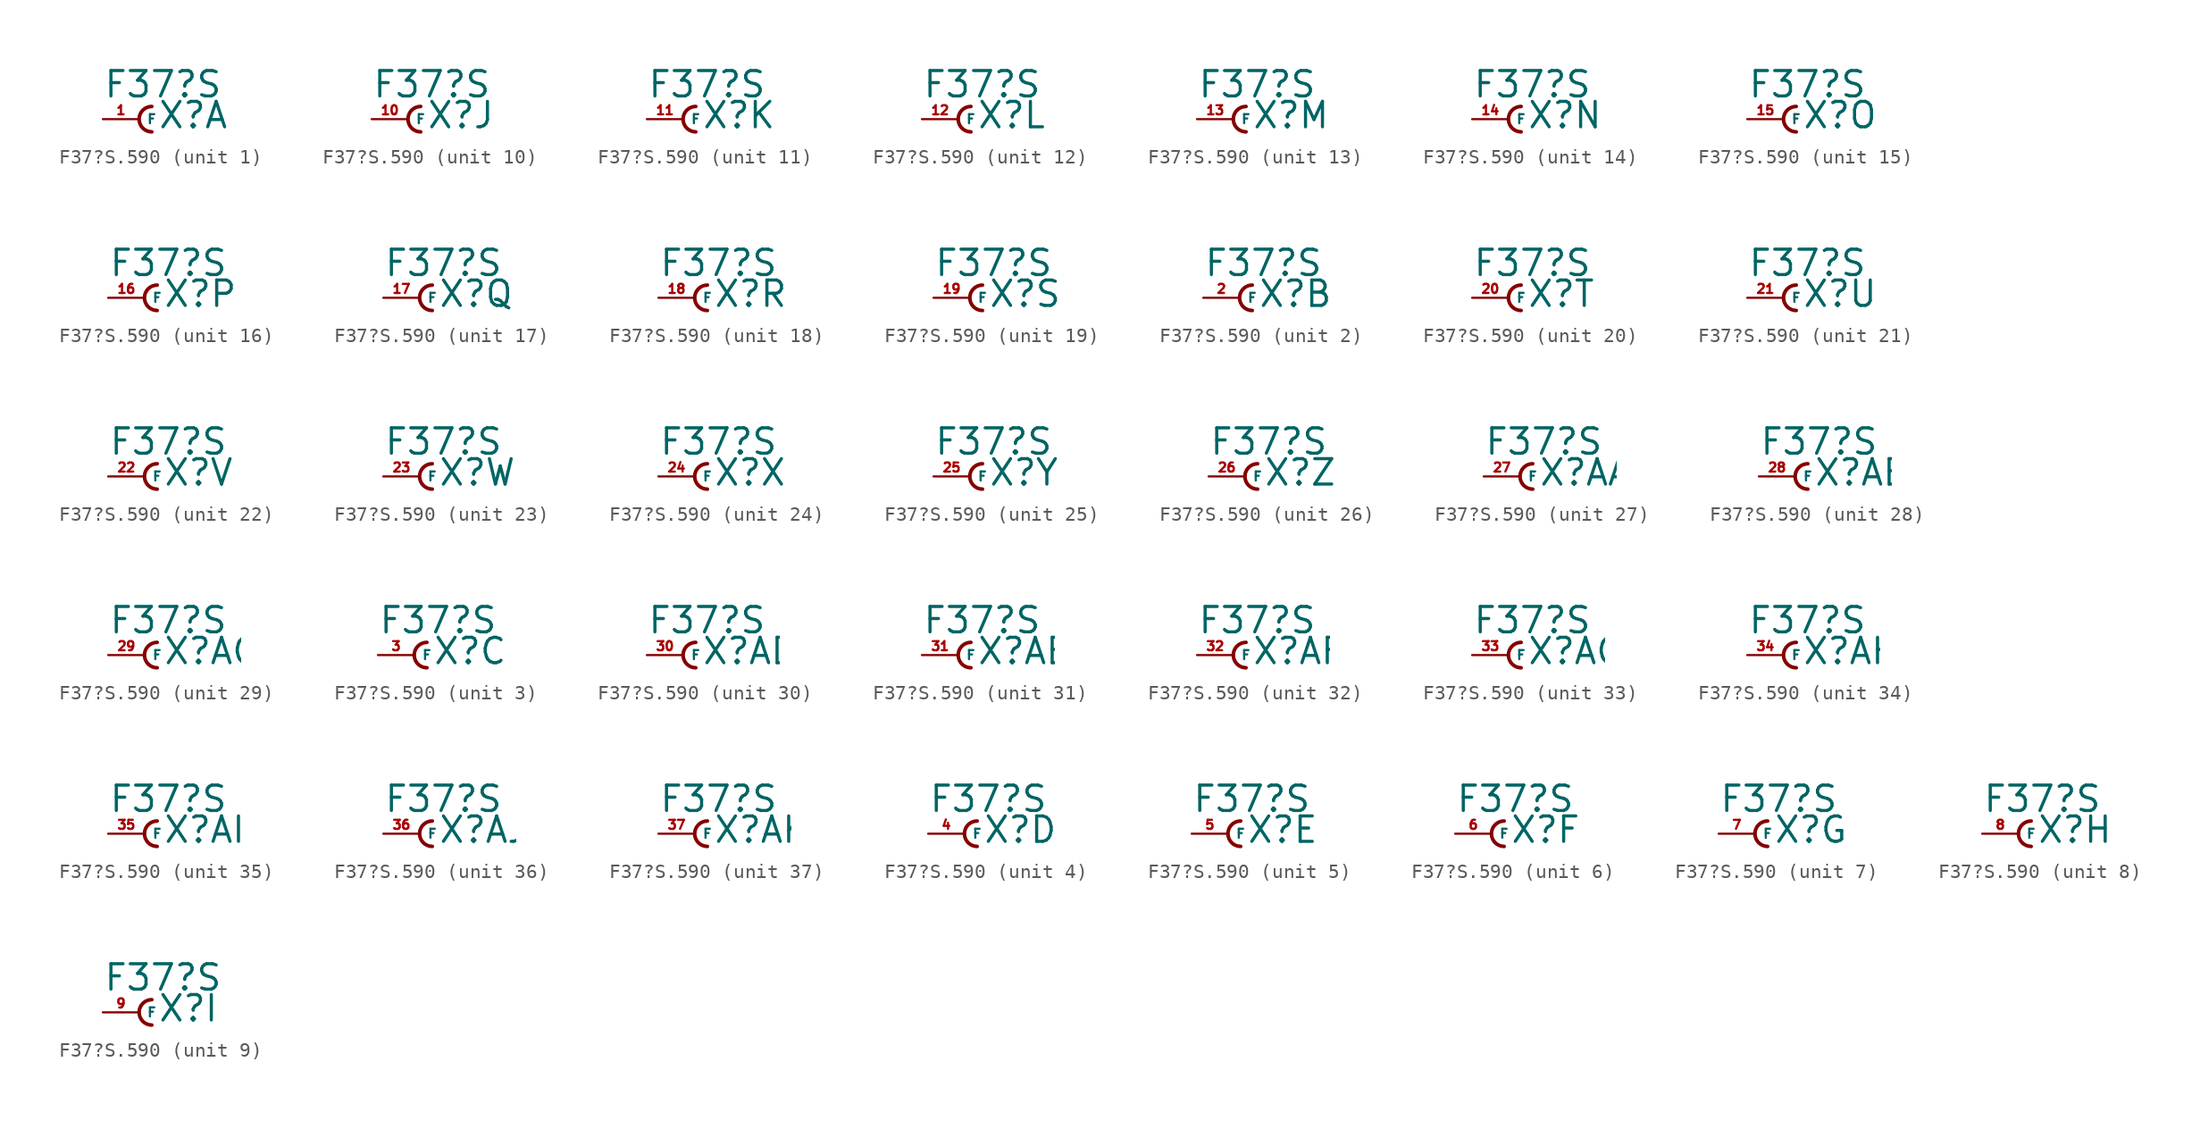
<source format=kicad_sym>
(kicad_symbol_lib
  (version 20220914)
  (generator Eagle2Kicad)
  (symbol "F37?S.590"
    (property "Reference" "X"
      (at 1.27 -0.762 0)
      (effects (font (size 1.778 1.778) (thickness 0.22)) (justify left bottom)))
    (property "Value" "F37?S"
      (at -2.54 1.397 0)
      (effects (font (size 1.778 1.778) (thickness 0.22)) (justify left bottom)))
    (symbol "F37?S.590_1_0"
      (arc (start 0.889 0.889) (mid 0.000 0.000) (end 0.889 -0.889) (stroke (width 0.254) (type default)) (fill (type none)))
      (pin passive line (at -2.54 0 0) (length 2.54) (name "F" (effects (font (size 0.635 0.635) (thickness 0.08)) (justify left bottom))) (number "1" (effects (font (size 0.635 0.635) (thickness 0.08)) (justify left bottom)))))
    (symbol "F37?S.590_2_0"
      (arc (start 0.889 0.889) (mid 0.000 0.000) (end 0.889 -0.889) (stroke (width 0.254) (type default)) (fill (type none)))
      (pin passive line (at -2.54 0 0) (length 2.54) (name "F" (effects (font (size 0.635 0.635) (thickness 0.08)) (justify left bottom))) (number "2" (effects (font (size 0.635 0.635) (thickness 0.08)) (justify left bottom)))))
    (symbol "F37?S.590_3_0"
      (arc (start 0.889 0.889) (mid 0.000 0.000) (end 0.889 -0.889) (stroke (width 0.254) (type default)) (fill (type none)))
      (pin passive line (at -2.54 0 0) (length 2.54) (name "F" (effects (font (size 0.635 0.635) (thickness 0.08)) (justify left bottom))) (number "3" (effects (font (size 0.635 0.635) (thickness 0.08)) (justify left bottom)))))
    (symbol "F37?S.590_4_0"
      (arc (start 0.889 0.889) (mid 0.000 0.000) (end 0.889 -0.889) (stroke (width 0.254) (type default)) (fill (type none)))
      (pin passive line (at -2.54 0 0) (length 2.54) (name "F" (effects (font (size 0.635 0.635) (thickness 0.08)) (justify left bottom))) (number "4" (effects (font (size 0.635 0.635) (thickness 0.08)) (justify left bottom)))))
    (symbol "F37?S.590_5_0"
      (arc (start 0.889 0.889) (mid 0.000 0.000) (end 0.889 -0.889) (stroke (width 0.254) (type default)) (fill (type none)))
      (pin passive line (at -2.54 0 0) (length 2.54) (name "F" (effects (font (size 0.635 0.635) (thickness 0.08)) (justify left bottom))) (number "5" (effects (font (size 0.635 0.635) (thickness 0.08)) (justify left bottom)))))
    (symbol "F37?S.590_6_0"
      (arc (start 0.889 0.889) (mid 0.000 0.000) (end 0.889 -0.889) (stroke (width 0.254) (type default)) (fill (type none)))
      (pin passive line (at -2.54 0 0) (length 2.54) (name "F" (effects (font (size 0.635 0.635) (thickness 0.08)) (justify left bottom))) (number "6" (effects (font (size 0.635 0.635) (thickness 0.08)) (justify left bottom)))))
    (symbol "F37?S.590_7_0"
      (arc (start 0.889 0.889) (mid 0.000 0.000) (end 0.889 -0.889) (stroke (width 0.254) (type default)) (fill (type none)))
      (pin passive line (at -2.54 0 0) (length 2.54) (name "F" (effects (font (size 0.635 0.635) (thickness 0.08)) (justify left bottom))) (number "7" (effects (font (size 0.635 0.635) (thickness 0.08)) (justify left bottom)))))
    (symbol "F37?S.590_8_0"
      (arc (start 0.889 0.889) (mid 0.000 0.000) (end 0.889 -0.889) (stroke (width 0.254) (type default)) (fill (type none)))
      (pin passive line (at -2.54 0 0) (length 2.54) (name "F" (effects (font (size 0.635 0.635) (thickness 0.08)) (justify left bottom))) (number "8" (effects (font (size 0.635 0.635) (thickness 0.08)) (justify left bottom)))))
    (symbol "F37?S.590_9_0"
      (arc (start 0.889 0.889) (mid 0.000 0.000) (end 0.889 -0.889) (stroke (width 0.254) (type default)) (fill (type none)))
      (pin passive line (at -2.54 0 0) (length 2.54) (name "F" (effects (font (size 0.635 0.635) (thickness 0.08)) (justify left bottom))) (number "9" (effects (font (size 0.635 0.635) (thickness 0.08)) (justify left bottom)))))
    (symbol "F37?S.590_10_0"
      (arc (start 0.889 0.889) (mid 0.000 0.000) (end 0.889 -0.889) (stroke (width 0.254) (type default)) (fill (type none)))
      (pin passive line (at -2.54 0 0) (length 2.54) (name "F" (effects (font (size 0.635 0.635) (thickness 0.08)) (justify left bottom))) (number "10" (effects (font (size 0.635 0.635) (thickness 0.08)) (justify left bottom)))))
    (symbol "F37?S.590_11_0"
      (arc (start 0.889 0.889) (mid 0.000 0.000) (end 0.889 -0.889) (stroke (width 0.254) (type default)) (fill (type none)))
      (pin passive line (at -2.54 0 0) (length 2.54) (name "F" (effects (font (size 0.635 0.635) (thickness 0.08)) (justify left bottom))) (number "11" (effects (font (size 0.635 0.635) (thickness 0.08)) (justify left bottom)))))
    (symbol "F37?S.590_12_0"
      (arc (start 0.889 0.889) (mid 0.000 0.000) (end 0.889 -0.889) (stroke (width 0.254) (type default)) (fill (type none)))
      (pin passive line (at -2.54 0 0) (length 2.54) (name "F" (effects (font (size 0.635 0.635) (thickness 0.08)) (justify left bottom))) (number "12" (effects (font (size 0.635 0.635) (thickness 0.08)) (justify left bottom)))))
    (symbol "F37?S.590_13_0"
      (arc (start 0.889 0.889) (mid 0.000 0.000) (end 0.889 -0.889) (stroke (width 0.254) (type default)) (fill (type none)))
      (pin passive line (at -2.54 0 0) (length 2.54) (name "F" (effects (font (size 0.635 0.635) (thickness 0.08)) (justify left bottom))) (number "13" (effects (font (size 0.635 0.635) (thickness 0.08)) (justify left bottom)))))
    (symbol "F37?S.590_14_0"
      (arc (start 0.889 0.889) (mid 0.000 0.000) (end 0.889 -0.889) (stroke (width 0.254) (type default)) (fill (type none)))
      (pin passive line (at -2.54 0 0) (length 2.54) (name "F" (effects (font (size 0.635 0.635) (thickness 0.08)) (justify left bottom))) (number "14" (effects (font (size 0.635 0.635) (thickness 0.08)) (justify left bottom)))))
    (symbol "F37?S.590_15_0"
      (arc (start 0.889 0.889) (mid 0.000 0.000) (end 0.889 -0.889) (stroke (width 0.254) (type default)) (fill (type none)))
      (pin passive line (at -2.54 0 0) (length 2.54) (name "F" (effects (font (size 0.635 0.635) (thickness 0.08)) (justify left bottom))) (number "15" (effects (font (size 0.635 0.635) (thickness 0.08)) (justify left bottom)))))
    (symbol "F37?S.590_16_0"
      (arc (start 0.889 0.889) (mid 0.000 0.000) (end 0.889 -0.889) (stroke (width 0.254) (type default)) (fill (type none)))
      (pin passive line (at -2.54 0 0) (length 2.54) (name "F" (effects (font (size 0.635 0.635) (thickness 0.08)) (justify left bottom))) (number "16" (effects (font (size 0.635 0.635) (thickness 0.08)) (justify left bottom)))))
    (symbol "F37?S.590_17_0"
      (arc (start 0.889 0.889) (mid 0.000 0.000) (end 0.889 -0.889) (stroke (width 0.254) (type default)) (fill (type none)))
      (pin passive line (at -2.54 0 0) (length 2.54) (name "F" (effects (font (size 0.635 0.635) (thickness 0.08)) (justify left bottom))) (number "17" (effects (font (size 0.635 0.635) (thickness 0.08)) (justify left bottom)))))
    (symbol "F37?S.590_18_0"
      (arc (start 0.889 0.889) (mid 0.000 0.000) (end 0.889 -0.889) (stroke (width 0.254) (type default)) (fill (type none)))
      (pin passive line (at -2.54 0 0) (length 2.54) (name "F" (effects (font (size 0.635 0.635) (thickness 0.08)) (justify left bottom))) (number "18" (effects (font (size 0.635 0.635) (thickness 0.08)) (justify left bottom)))))
    (symbol "F37?S.590_19_0"
      (arc (start 0.889 0.889) (mid 0.000 0.000) (end 0.889 -0.889) (stroke (width 0.254) (type default)) (fill (type none)))
      (pin passive line (at -2.54 0 0) (length 2.54) (name "F" (effects (font (size 0.635 0.635) (thickness 0.08)) (justify left bottom))) (number "19" (effects (font (size 0.635 0.635) (thickness 0.08)) (justify left bottom)))))
    (symbol "F37?S.590_20_0"
      (arc (start 0.889 0.889) (mid 0.000 0.000) (end 0.889 -0.889) (stroke (width 0.254) (type default)) (fill (type none)))
      (pin passive line (at -2.54 0 0) (length 2.54) (name "F" (effects (font (size 0.635 0.635) (thickness 0.08)) (justify left bottom))) (number "20" (effects (font (size 0.635 0.635) (thickness 0.08)) (justify left bottom)))))
    (symbol "F37?S.590_21_0"
      (arc (start 0.889 0.889) (mid 0.000 0.000) (end 0.889 -0.889) (stroke (width 0.254) (type default)) (fill (type none)))
      (pin passive line (at -2.54 0 0) (length 2.54) (name "F" (effects (font (size 0.635 0.635) (thickness 0.08)) (justify left bottom))) (number "21" (effects (font (size 0.635 0.635) (thickness 0.08)) (justify left bottom)))))
    (symbol "F37?S.590_22_0"
      (arc (start 0.889 0.889) (mid 0.000 0.000) (end 0.889 -0.889) (stroke (width 0.254) (type default)) (fill (type none)))
      (pin passive line (at -2.54 0 0) (length 2.54) (name "F" (effects (font (size 0.635 0.635) (thickness 0.08)) (justify left bottom))) (number "22" (effects (font (size 0.635 0.635) (thickness 0.08)) (justify left bottom)))))
    (symbol "F37?S.590_23_0"
      (arc (start 0.889 0.889) (mid 0.000 0.000) (end 0.889 -0.889) (stroke (width 0.254) (type default)) (fill (type none)))
      (pin passive line (at -2.54 0 0) (length 2.54) (name "F" (effects (font (size 0.635 0.635) (thickness 0.08)) (justify left bottom))) (number "23" (effects (font (size 0.635 0.635) (thickness 0.08)) (justify left bottom)))))
    (symbol "F37?S.590_24_0"
      (arc (start 0.889 0.889) (mid 0.000 0.000) (end 0.889 -0.889) (stroke (width 0.254) (type default)) (fill (type none)))
      (pin passive line (at -2.54 0 0) (length 2.54) (name "F" (effects (font (size 0.635 0.635) (thickness 0.08)) (justify left bottom))) (number "24" (effects (font (size 0.635 0.635) (thickness 0.08)) (justify left bottom)))))
    (symbol "F37?S.590_25_0"
      (arc (start 0.889 0.889) (mid 0.000 0.000) (end 0.889 -0.889) (stroke (width 0.254) (type default)) (fill (type none)))
      (pin passive line (at -2.54 0 0) (length 2.54) (name "F" (effects (font (size 0.635 0.635) (thickness 0.08)) (justify left bottom))) (number "25" (effects (font (size 0.635 0.635) (thickness 0.08)) (justify left bottom)))))
    (symbol "F37?S.590_26_0"
      (arc (start 0.889 0.889) (mid 0.000 0.000) (end 0.889 -0.889) (stroke (width 0.254) (type default)) (fill (type none)))
      (pin passive line (at -2.54 0 0) (length 2.54) (name "F" (effects (font (size 0.635 0.635) (thickness 0.08)) (justify left bottom))) (number "26" (effects (font (size 0.635 0.635) (thickness 0.08)) (justify left bottom)))))
    (symbol "F37?S.590_27_0"
      (arc (start 0.889 0.889) (mid 0.000 0.000) (end 0.889 -0.889) (stroke (width 0.254) (type default)) (fill (type none)))
      (pin passive line (at -2.54 0 0) (length 2.54) (name "F" (effects (font (size 0.635 0.635) (thickness 0.08)) (justify left bottom))) (number "27" (effects (font (size 0.635 0.635) (thickness 0.08)) (justify left bottom)))))
    (symbol "F37?S.590_28_0"
      (arc (start 0.889 0.889) (mid 0.000 0.000) (end 0.889 -0.889) (stroke (width 0.254) (type default)) (fill (type none)))
      (pin passive line (at -2.54 0 0) (length 2.54) (name "F" (effects (font (size 0.635 0.635) (thickness 0.08)) (justify left bottom))) (number "28" (effects (font (size 0.635 0.635) (thickness 0.08)) (justify left bottom)))))
    (symbol "F37?S.590_29_0"
      (arc (start 0.889 0.889) (mid 0.000 0.000) (end 0.889 -0.889) (stroke (width 0.254) (type default)) (fill (type none)))
      (pin passive line (at -2.54 0 0) (length 2.54) (name "F" (effects (font (size 0.635 0.635) (thickness 0.08)) (justify left bottom))) (number "29" (effects (font (size 0.635 0.635) (thickness 0.08)) (justify left bottom)))))
    (symbol "F37?S.590_30_0"
      (arc (start 0.889 0.889) (mid 0.000 0.000) (end 0.889 -0.889) (stroke (width 0.254) (type default)) (fill (type none)))
      (pin passive line (at -2.54 0 0) (length 2.54) (name "F" (effects (font (size 0.635 0.635) (thickness 0.08)) (justify left bottom))) (number "30" (effects (font (size 0.635 0.635) (thickness 0.08)) (justify left bottom)))))
    (symbol "F37?S.590_31_0"
      (arc (start 0.889 0.889) (mid 0.000 0.000) (end 0.889 -0.889) (stroke (width 0.254) (type default)) (fill (type none)))
      (pin passive line (at -2.54 0 0) (length 2.54) (name "F" (effects (font (size 0.635 0.635) (thickness 0.08)) (justify left bottom))) (number "31" (effects (font (size 0.635 0.635) (thickness 0.08)) (justify left bottom)))))
    (symbol "F37?S.590_32_0"
      (arc (start 0.889 0.889) (mid 0.000 0.000) (end 0.889 -0.889) (stroke (width 0.254) (type default)) (fill (type none)))
      (pin passive line (at -2.54 0 0) (length 2.54) (name "F" (effects (font (size 0.635 0.635) (thickness 0.08)) (justify left bottom))) (number "32" (effects (font (size 0.635 0.635) (thickness 0.08)) (justify left bottom)))))
    (symbol "F37?S.590_33_0"
      (arc (start 0.889 0.889) (mid 0.000 0.000) (end 0.889 -0.889) (stroke (width 0.254) (type default)) (fill (type none)))
      (pin passive line (at -2.54 0 0) (length 2.54) (name "F" (effects (font (size 0.635 0.635) (thickness 0.08)) (justify left bottom))) (number "33" (effects (font (size 0.635 0.635) (thickness 0.08)) (justify left bottom)))))
    (symbol "F37?S.590_34_0"
      (arc (start 0.889 0.889) (mid 0.000 0.000) (end 0.889 -0.889) (stroke (width 0.254) (type default)) (fill (type none)))
      (pin passive line (at -2.54 0 0) (length 2.54) (name "F" (effects (font (size 0.635 0.635) (thickness 0.08)) (justify left bottom))) (number "34" (effects (font (size 0.635 0.635) (thickness 0.08)) (justify left bottom)))))
    (symbol "F37?S.590_35_0"
      (arc (start 0.889 0.889) (mid 0.000 0.000) (end 0.889 -0.889) (stroke (width 0.254) (type default)) (fill (type none)))
      (pin passive line (at -2.54 0 0) (length 2.54) (name "F" (effects (font (size 0.635 0.635) (thickness 0.08)) (justify left bottom))) (number "35" (effects (font (size 0.635 0.635) (thickness 0.08)) (justify left bottom)))))
    (symbol "F37?S.590_36_0"
      (arc (start 0.889 0.889) (mid 0.000 0.000) (end 0.889 -0.889) (stroke (width 0.254) (type default)) (fill (type none)))
      (pin passive line (at -2.54 0 0) (length 2.54) (name "F" (effects (font (size 0.635 0.635) (thickness 0.08)) (justify left bottom))) (number "36" (effects (font (size 0.635 0.635) (thickness 0.08)) (justify left bottom)))))
    (symbol "F37?S.590_37_0"
      (arc (start 0.889 0.889) (mid 0.000 0.000) (end 0.889 -0.889) (stroke (width 0.254) (type default)) (fill (type none)))
      (pin passive line (at -2.54 0 0) (length 2.54) (name "F" (effects (font (size 0.635 0.635) (thickness 0.08)) (justify left bottom))) (number "37" (effects (font (size 0.635 0.635) (thickness 0.08)) (justify left bottom)))))))
</source>
